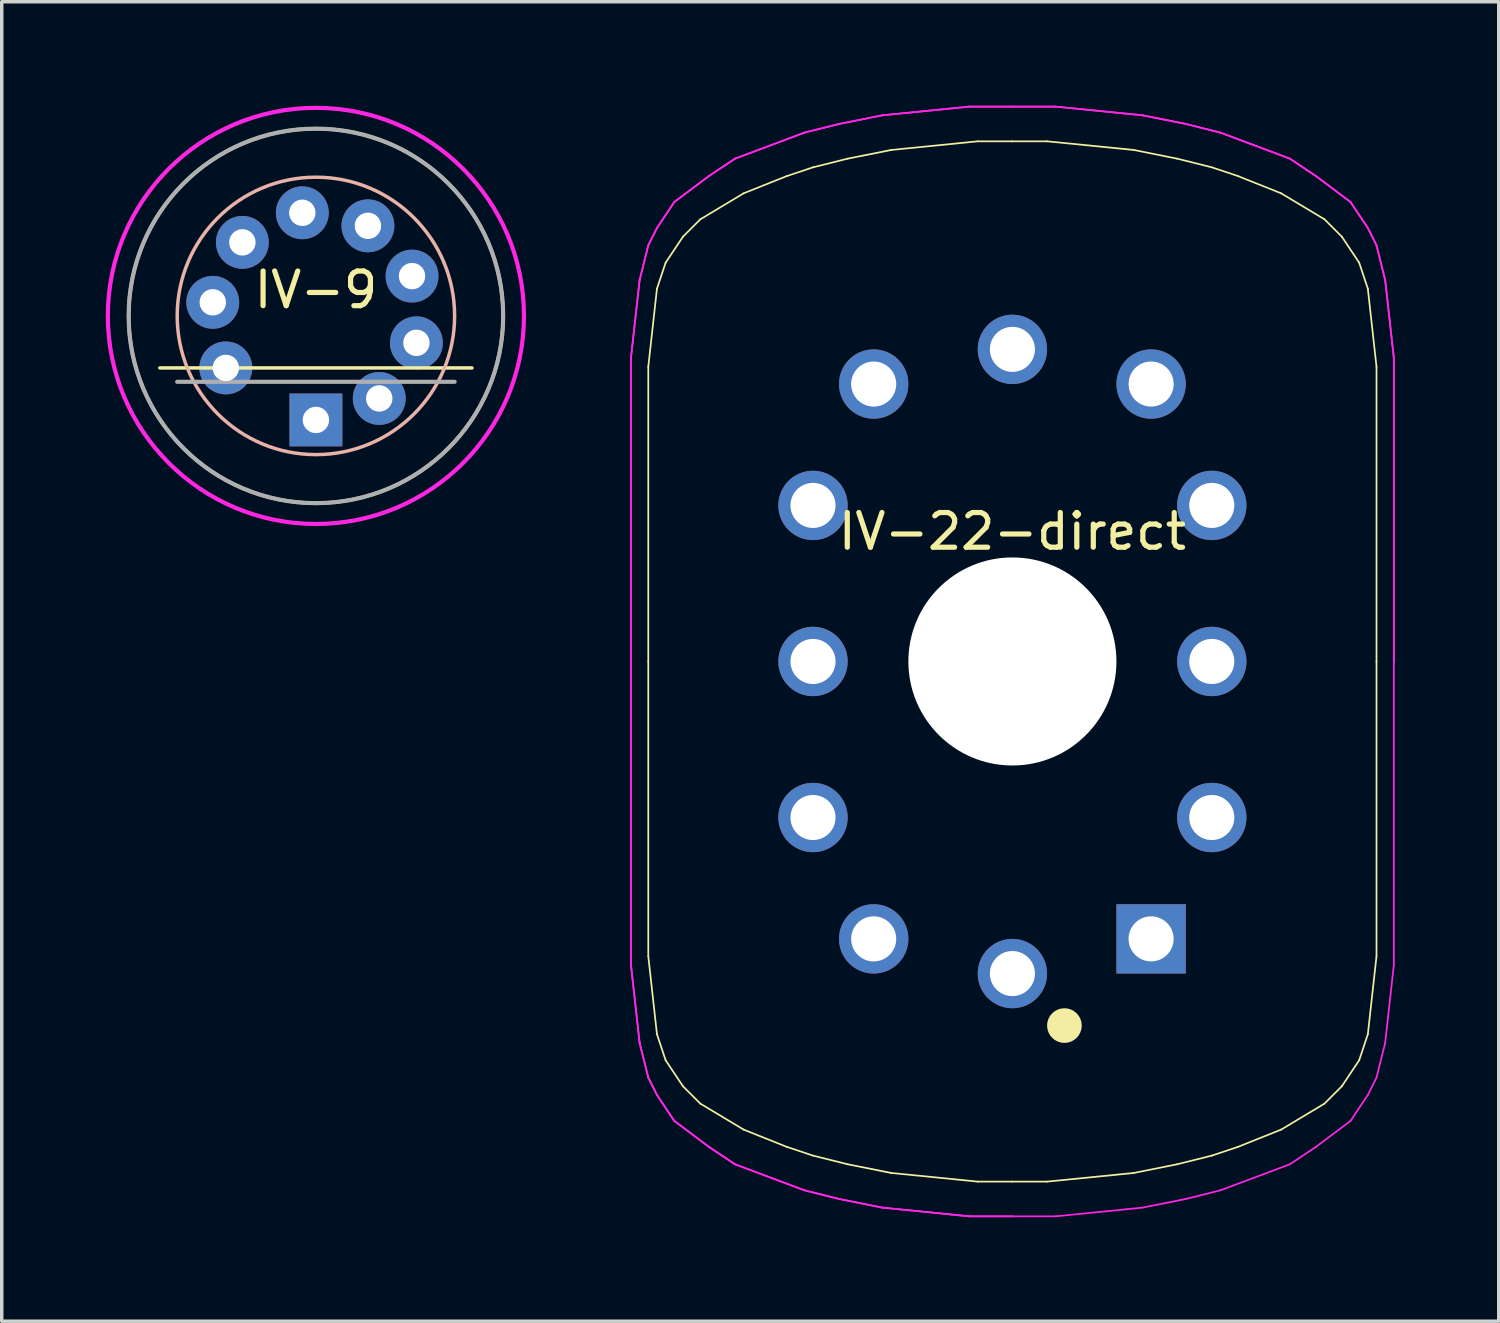
<source format=kicad_pcb>
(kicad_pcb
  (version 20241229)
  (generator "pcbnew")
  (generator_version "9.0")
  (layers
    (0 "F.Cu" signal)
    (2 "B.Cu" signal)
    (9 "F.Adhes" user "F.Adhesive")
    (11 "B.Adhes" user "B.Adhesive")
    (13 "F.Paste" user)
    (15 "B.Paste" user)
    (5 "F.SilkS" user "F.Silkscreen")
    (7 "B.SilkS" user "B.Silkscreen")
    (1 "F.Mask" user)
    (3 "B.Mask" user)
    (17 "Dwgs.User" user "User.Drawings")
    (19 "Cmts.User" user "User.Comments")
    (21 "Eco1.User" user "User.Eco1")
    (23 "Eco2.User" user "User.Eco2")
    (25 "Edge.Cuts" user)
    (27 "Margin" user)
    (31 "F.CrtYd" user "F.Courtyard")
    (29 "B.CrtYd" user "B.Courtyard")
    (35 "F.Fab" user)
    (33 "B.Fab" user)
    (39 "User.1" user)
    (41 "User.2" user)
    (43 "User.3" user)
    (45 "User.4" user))
  (footprint "IV-9"
    (layer "F.Cu")
    (at 6.06 6.06)
    (property "Reference" "IV-9" (at 0 -0.75 180) (layer "F.SilkS") (effects (font (size 1 1) (thickness 0.15))))
    (attr through_hole)
    (fp_line (start -4.5 1.5) (end 4.5 1.5) (stroke (width 0.1) (type solid)) (layer "F.SilkS"))
    (fp_circle (center 0 0) (end -5.4 0) (stroke (width 0.1) (type solid)) (fill no) (layer "F.SilkS"))
    (fp_circle (center 0 0) (end 0 4) (stroke (width 0.1) (type solid)) (fill no) (layer "B.SilkS"))
    (fp_circle (center 0 0) (end 0 6) (stroke (width 0.12) (type solid)) (fill no) (layer "F.CrtYd"))
    (fp_line (start 4 1.9) (end -4 1.9) (stroke (width 0.12) (type solid)) (layer "F.Fab"))
    (fp_circle (center 0 0) (end -5.4 0) (stroke (width 0.12) (type solid)) (fill no) (layer "F.Fab"))
    (pad "1" thru_hole rect (at 0 3 180) (size 1.524 1.524) (drill 0.762) (layers "*.Cu" "*.Mask"))
    (pad "2" thru_hole circle (at 1.826 2.38 180) (size 1.524 1.524) (drill 0.762) (layers "*.Cu" "*.Mask"))
    (pad "3" thru_hole circle (at 2.898 0.776 180) (size 1.524 1.524) (drill 0.762) (layers "*.Cu" "*.Mask"))
    (pad "4" thru_hole circle (at 2.772 -1.148 180) (size 1.524 1.524) (drill 0.762) (layers "*.Cu" "*.Mask"))
    (pad "5" thru_hole circle (at 1.5 -2.598 180) (size 1.524 1.524) (drill 0.762) (layers "*.Cu" "*.Mask"))
    (pad "6" thru_hole circle (at -0.392 -2.974 180) (size 1.524 1.524) (drill 0.762) (layers "*.Cu" "*.Mask"))
    (pad "7" thru_hole circle (at -2.121 -2.121 180) (size 1.524 1.524) (drill 0.762) (layers "*.Cu" "*.Mask"))
    (pad "8" thru_hole circle (at -2.974 -0.392 180) (size 1.524 1.524) (drill 0.762) (layers "*.Cu" "*.Mask"))
    (pad "9" thru_hole circle (at -2.598 1.5 180) (size 1.524 1.524) (drill 0.762) (layers "*.Cu" "*.Mask")))
  (footprint "IV-22-direct"
    (layer "F.Cu")
    (at 26.145 16.025)
    (property "Reference" "IV-22-direct" (at 0 -3.75 0) (layer "F.SilkS") (effects (font (size 1 1) (thickness 0.15))))
    (attr through_hole)
    (fp_line (start -10.5 -8.5) (end -10.5 0) (stroke (width 0.05) (type solid)) (layer "F.SilkS"))
    (fp_line (start -10.5 8.5) (end -10.5 0) (stroke (width 0.05) (type solid)) (layer "F.SilkS"))
    (fp_line (start -10.5 8.5) (end -10.25 10.75) (stroke (width 0.05) (type solid)) (layer "F.SilkS"))
    (fp_line (start -10.25 -10.75) (end -10.5 -8.5) (stroke (width 0.05) (type solid)) (layer "F.SilkS"))
    (fp_line (start -10.25 10.75) (end -10 11.5) (stroke (width 0.05) (type solid)) (layer "F.SilkS"))
    (fp_line (start -10 -11.5) (end -10.25 -10.75) (stroke (width 0.05) (type solid)) (layer "F.SilkS"))
    (fp_line (start -10 11.5) (end -9.5 12.25) (stroke (width 0.05) (type solid)) (layer "F.SilkS"))
    (fp_line (start -9.5 -12.25) (end -10 -11.5) (stroke (width 0.05) (type solid)) (layer "F.SilkS"))
    (fp_line (start -9.5 12.25) (end -9 12.75) (stroke (width 0.05) (type solid)) (layer "F.SilkS"))
    (fp_line (start -9 -12.75) (end -9.5 -12.25) (stroke (width 0.05) (type solid)) (layer "F.SilkS"))
    (fp_line (start -7.75 -13.5) (end -9 -12.75) (stroke (width 0.05) (type solid)) (layer "F.SilkS"))
    (fp_line (start -7.75 13.5) (end -9 12.75) (stroke (width 0.05) (type solid)) (layer "F.SilkS"))
    (fp_line (start -6.5 -14) (end -7.75 -13.5) (stroke (width 0.05) (type solid)) (layer "F.SilkS"))
    (fp_line (start -6.5 14) (end -7.75 13.5) (stroke (width 0.05) (type solid)) (layer "F.SilkS"))
    (fp_line (start -5.75 -14.25) (end -6.5 -14) (stroke (width 0.05) (type solid)) (layer "F.SilkS"))
    (fp_line (start -5.75 14.25) (end -6.5 14) (stroke (width 0.05) (type solid)) (layer "F.SilkS"))
    (fp_line (start -4.75 -14.5) (end -5.75 -14.25) (stroke (width 0.05) (type solid)) (layer "F.SilkS"))
    (fp_line (start -4.75 14.5) (end -5.75 14.25) (stroke (width 0.05) (type solid)) (layer "F.SilkS"))
    (fp_line (start -3.5 -14.75) (end -4.75 -14.5) (stroke (width 0.05) (type solid)) (layer "F.SilkS"))
    (fp_line (start -3.5 -14.75) (end -1 -15) (stroke (width 0.05) (type solid)) (layer "F.SilkS"))
    (fp_line (start -3.5 14.75) (end -4.75 14.5) (stroke (width 0.05) (type solid)) (layer "F.SilkS"))
    (fp_line (start -1 -15) (end 0 -15) (stroke (width 0.05) (type solid)) (layer "F.SilkS"))
    (fp_line (start -1 15) (end -3.5 14.75) (stroke (width 0.05) (type solid)) (layer "F.SilkS"))
    (fp_line (start 0 -15) (end 1 -15) (stroke (width 0.05) (type solid)) (layer "F.SilkS"))
    (fp_line (start 0 15) (end -1 15) (stroke (width 0.05) (type solid)) (layer "F.SilkS"))
    (fp_line (start 1 -15) (end 3.5 -14.75) (stroke (width 0.05) (type solid)) (layer "F.SilkS"))
    (fp_line (start 1 15) (end 0 15) (stroke (width 0.05) (type solid)) (layer "F.SilkS"))
    (fp_line (start 3.5 -14.75) (end 4.75 -14.5) (stroke (width 0.05) (type solid)) (layer "F.SilkS"))
    (fp_line (start 3.5 14.75) (end 1 15) (stroke (width 0.05) (type solid)) (layer "F.SilkS"))
    (fp_line (start 3.5 14.75) (end 4.75 14.5) (stroke (width 0.05) (type solid)) (layer "F.SilkS"))
    (fp_line (start 4.75 -14.5) (end 5.75 -14.25) (stroke (width 0.05) (type solid)) (layer "F.SilkS"))
    (fp_line (start 4.75 14.5) (end 5.75 14.25) (stroke (width 0.05) (type solid)) (layer "F.SilkS"))
    (fp_line (start 5.75 -14.25) (end 6.5 -14) (stroke (width 0.05) (type solid)) (layer "F.SilkS"))
    (fp_line (start 5.75 14.25) (end 6.5 14) (stroke (width 0.05) (type solid)) (layer "F.SilkS"))
    (fp_line (start 6.5 -14) (end 7.75 -13.5) (stroke (width 0.05) (type solid)) (layer "F.SilkS"))
    (fp_line (start 6.5 14) (end 7.75 13.5) (stroke (width 0.05) (type solid)) (layer "F.SilkS"))
    (fp_line (start 7.75 -13.5) (end 9 -12.75) (stroke (width 0.05) (type solid)) (layer "F.SilkS"))
    (fp_line (start 7.75 13.5) (end 9 12.75) (stroke (width 0.05) (type solid)) (layer "F.SilkS"))
    (fp_line (start 9 12.75) (end 9.5 12.25) (stroke (width 0.05) (type solid)) (layer "F.SilkS"))
    (fp_line (start 9.5 -12.25) (end 9 -12.75) (stroke (width 0.05) (type solid)) (layer "F.SilkS"))
    (fp_line (start 9.5 12.25) (end 10 11.5) (stroke (width 0.05) (type solid)) (layer "F.SilkS"))
    (fp_line (start 10 -11.5) (end 9.5 -12.25) (stroke (width 0.05) (type solid)) (layer "F.SilkS"))
    (fp_line (start 10 11.5) (end 10.25 10.75) (stroke (width 0.05) (type solid)) (layer "F.SilkS"))
    (fp_line (start 10.25 -10.75) (end 10 -11.5) (stroke (width 0.05) (type solid)) (layer "F.SilkS"))
    (fp_line (start 10.25 10.75) (end 10.5 8.5) (stroke (width 0.05) (type solid)) (layer "F.SilkS"))
    (fp_line (start 10.5 -8.5) (end 10.25 -10.75) (stroke (width 0.05) (type solid)) (layer "F.SilkS"))
    (fp_line (start 10.5 -8.5) (end 10.5 0) (stroke (width 0.05) (type solid)) (layer "F.SilkS"))
    (fp_line (start 10.5 8.5) (end 10.5 0) (stroke (width 0.05) (type solid)) (layer "F.SilkS"))
    (fp_circle (center 1.5 10.5) (end 1.25 10.5) (stroke (width 0.5) (type solid)) (fill no) (layer "F.SilkS"))
    (fp_line (start -11 -8.75) (end -10.75 -11) (stroke (width 0.05) (type solid)) (layer "F.CrtYd"))
    (fp_line (start -11 -8.75) (end -10.75 -11) (stroke (width 0.05) (type solid)) (layer "F.CrtYd"))
    (fp_line (start -11 -6.5) (end -11 -8.75) (stroke (width 0.05) (type solid)) (layer "F.CrtYd"))
    (fp_line (start -11 -6.5) (end -11 -8.75) (stroke (width 0.05) (type solid)) (layer "F.CrtYd"))
    (fp_line (start -11 -6.5) (end -11 0) (stroke (width 0.05) (type solid)) (layer "F.CrtYd"))
    (fp_line (start -11 -6.5) (end -11 0) (stroke (width 0.05) (type solid)) (layer "F.CrtYd"))
    (fp_line (start -11 6.5) (end -11 0) (stroke (width 0.05) (type solid)) (layer "F.CrtYd"))
    (fp_line (start -11 6.5) (end -11 0) (stroke (width 0.05) (type solid)) (layer "F.CrtYd"))
    (fp_line (start -11 6.5) (end -11 8.75) (stroke (width 0.05) (type solid)) (layer "F.CrtYd"))
    (fp_line (start -11 6.5) (end -11 8.75) (stroke (width 0.05) (type solid)) (layer "F.CrtYd"))
    (fp_line (start -11 8.75) (end -10.75 11) (stroke (width 0.05) (type solid)) (layer "F.CrtYd"))
    (fp_line (start -11 8.75) (end -10.75 11) (stroke (width 0.05) (type solid)) (layer "F.CrtYd"))
    (fp_line (start -10.75 -11) (end -10.5 -12) (stroke (width 0.05) (type solid)) (layer "F.CrtYd"))
    (fp_line (start -10.75 -11) (end -10.5 -12) (stroke (width 0.05) (type solid)) (layer "F.CrtYd"))
    (fp_line (start -10.75 11) (end -10.5 12) (stroke (width 0.05) (type solid)) (layer "F.CrtYd"))
    (fp_line (start -10.75 11) (end -10.5 12) (stroke (width 0.05) (type solid)) (layer "F.CrtYd"))
    (fp_line (start -10.5 -12) (end -10.25 -12.5) (stroke (width 0.05) (type solid)) (layer "F.CrtYd"))
    (fp_line (start -10.5 -12) (end -10.25 -12.5) (stroke (width 0.05) (type solid)) (layer "F.CrtYd"))
    (fp_line (start -10.5 12) (end -10.25 12.5) (stroke (width 0.05) (type solid)) (layer "F.CrtYd"))
    (fp_line (start -10.5 12) (end -10.25 12.5) (stroke (width 0.05) (type solid)) (layer "F.CrtYd"))
    (fp_line (start -9.75 -13.25) (end -10.25 -12.5) (stroke (width 0.05) (type solid)) (layer "F.CrtYd"))
    (fp_line (start -9.75 -13.25) (end -10.25 -12.5) (stroke (width 0.05) (type solid)) (layer "F.CrtYd"))
    (fp_line (start -9.75 13.25) (end -10.25 12.5) (stroke (width 0.05) (type solid)) (layer "F.CrtYd"))
    (fp_line (start -9.75 13.25) (end -10.25 12.5) (stroke (width 0.05) (type solid)) (layer "F.CrtYd"))
    (fp_line (start -8.75 -14) (end -9.75 -13.25) (stroke (width 0.05) (type solid)) (layer "F.CrtYd"))
    (fp_line (start -8.75 -14) (end -9.75 -13.25) (stroke (width 0.05) (type solid)) (layer "F.CrtYd"))
    (fp_line (start -8.75 14) (end -9.75 13.25) (stroke (width 0.05) (type solid)) (layer "F.CrtYd"))
    (fp_line (start -8.75 14) (end -9.75 13.25) (stroke (width 0.05) (type solid)) (layer "F.CrtYd"))
    (fp_line (start -8 -14.5) (end -8.75 -14) (stroke (width 0.05) (type solid)) (layer "F.CrtYd"))
    (fp_line (start -8 -14.5) (end -8.75 -14) (stroke (width 0.05) (type solid)) (layer "F.CrtYd"))
    (fp_line (start -8 14.5) (end -8.75 14) (stroke (width 0.05) (type solid)) (layer "F.CrtYd"))
    (fp_line (start -8 14.5) (end -8.75 14) (stroke (width 0.05) (type solid)) (layer "F.CrtYd"))
    (fp_line (start -6 -15.25) (end -8 -14.5) (stroke (width 0.05) (type solid)) (layer "F.CrtYd"))
    (fp_line (start -6 -15.25) (end -8 -14.5) (stroke (width 0.05) (type solid)) (layer "F.CrtYd"))
    (fp_line (start -6 15.25) (end -8 14.5) (stroke (width 0.05) (type solid)) (layer "F.CrtYd"))
    (fp_line (start -6 15.25) (end -8 14.5) (stroke (width 0.05) (type solid)) (layer "F.CrtYd"))
    (fp_line (start -5 -15.5) (end -6 -15.25) (stroke (width 0.05) (type solid)) (layer "F.CrtYd"))
    (fp_line (start -5 -15.5) (end -6 -15.25) (stroke (width 0.05) (type solid)) (layer "F.CrtYd"))
    (fp_line (start -5 15.5) (end -6 15.25) (stroke (width 0.05) (type solid)) (layer "F.CrtYd"))
    (fp_line (start -5 15.5) (end -6 15.25) (stroke (width 0.05) (type solid)) (layer "F.CrtYd"))
    (fp_line (start -3.75 -15.75) (end -5 -15.5) (stroke (width 0.05) (type solid)) (layer "F.CrtYd"))
    (fp_line (start -3.75 -15.75) (end -5 -15.5) (stroke (width 0.05) (type solid)) (layer "F.CrtYd"))
    (fp_line (start -3.75 15.75) (end -5 15.5) (stroke (width 0.05) (type solid)) (layer "F.CrtYd"))
    (fp_line (start -3.75 15.75) (end -5 15.5) (stroke (width 0.05) (type solid)) (layer "F.CrtYd"))
    (fp_line (start -1.25 -16) (end -3.75 -15.75) (stroke (width 0.05) (type solid)) (layer "F.CrtYd"))
    (fp_line (start -1.25 -16) (end -3.75 -15.75) (stroke (width 0.05) (type solid)) (layer "F.CrtYd"))
    (fp_line (start -1.25 16) (end -3.75 15.75) (stroke (width 0.05) (type solid)) (layer "F.CrtYd"))
    (fp_line (start -1.25 16) (end -3.75 15.75) (stroke (width 0.05) (type solid)) (layer "F.CrtYd"))
    (fp_line (start 0 -16) (end -1.25 -16) (stroke (width 0.05) (type solid)) (layer "F.CrtYd"))
    (fp_line (start 0 -16) (end -1.25 -16) (stroke (width 0.05) (type solid)) (layer "F.CrtYd"))
    (fp_line (start 0 -16) (end 1.25 -16) (stroke (width 0.05) (type solid)) (layer "F.CrtYd"))
    (fp_line (start 0 -16) (end 1.25 -16) (stroke (width 0.05) (type solid)) (layer "F.CrtYd"))
    (fp_line (start 0 16) (end -1.25 16) (stroke (width 0.05) (type solid)) (layer "F.CrtYd"))
    (fp_line (start 0 16) (end -1.25 16) (stroke (width 0.05) (type solid)) (layer "F.CrtYd"))
    (fp_line (start 0 16) (end 1.25 16) (stroke (width 0.05) (type solid)) (layer "F.CrtYd"))
    (fp_line (start 1.25 -16) (end 3.75 -15.75) (stroke (width 0.05) (type solid)) (layer "F.CrtYd"))
    (fp_line (start 1.25 -16) (end 3.75 -15.75) (stroke (width 0.05) (type solid)) (layer "F.CrtYd"))
    (fp_line (start 1.25 16) (end 3.75 15.75) (stroke (width 0.05) (type solid)) (layer "F.CrtYd"))
    (fp_line (start 3.75 -15.75) (end 5 -15.5) (stroke (width 0.05) (type solid)) (layer "F.CrtYd"))
    (fp_line (start 3.75 -15.75) (end 5 -15.5) (stroke (width 0.05) (type solid)) (layer "F.CrtYd"))
    (fp_line (start 3.75 15.75) (end 5 15.5) (stroke (width 0.05) (type solid)) (layer "F.CrtYd"))
    (fp_line (start 5 -15.5) (end 6 -15.25) (stroke (width 0.05) (type solid)) (layer "F.CrtYd"))
    (fp_line (start 5 -15.5) (end 6 -15.25) (stroke (width 0.05) (type solid)) (layer "F.CrtYd"))
    (fp_line (start 5 15.5) (end 6 15.25) (stroke (width 0.05) (type solid)) (layer "F.CrtYd"))
    (fp_line (start 6 -15.25) (end 8 -14.5) (stroke (width 0.05) (type solid)) (layer "F.CrtYd"))
    (fp_line (start 6 -15.25) (end 8 -14.5) (stroke (width 0.05) (type solid)) (layer "F.CrtYd"))
    (fp_line (start 6 15.25) (end 8 14.5) (stroke (width 0.05) (type solid)) (layer "F.CrtYd"))
    (fp_line (start 8 -14.5) (end 8.75 -14) (stroke (width 0.05) (type solid)) (layer "F.CrtYd"))
    (fp_line (start 8 -14.5) (end 8.75 -14) (stroke (width 0.05) (type solid)) (layer "F.CrtYd"))
    (fp_line (start 8 14.5) (end 8.75 14) (stroke (width 0.05) (type solid)) (layer "F.CrtYd"))
    (fp_line (start 8.75 -14) (end 9.75 -13.25) (stroke (width 0.05) (type solid)) (layer "F.CrtYd"))
    (fp_line (start 8.75 -14) (end 9.75 -13.25) (stroke (width 0.05) (type solid)) (layer "F.CrtYd"))
    (fp_line (start 8.75 14) (end 9.75 13.25) (stroke (width 0.05) (type solid)) (layer "F.CrtYd"))
    (fp_line (start 9.75 -13.25) (end 10.25 -12.5) (stroke (width 0.05) (type solid)) (layer "F.CrtYd"))
    (fp_line (start 9.75 -13.25) (end 10.25 -12.5) (stroke (width 0.05) (type solid)) (layer "F.CrtYd"))
    (fp_line (start 9.75 13.25) (end 10.25 12.5) (stroke (width 0.05) (type solid)) (layer "F.CrtYd"))
    (fp_line (start 10.5 -12) (end 10.25 -12.5) (stroke (width 0.05) (type solid)) (layer "F.CrtYd"))
    (fp_line (start 10.5 -12) (end 10.25 -12.5) (stroke (width 0.05) (type solid)) (layer "F.CrtYd"))
    (fp_line (start 10.5 12) (end 10.25 12.5) (stroke (width 0.05) (type solid)) (layer "F.CrtYd"))
    (fp_line (start 10.75 -11) (end 10.5 -12) (stroke (width 0.05) (type solid)) (layer "F.CrtYd"))
    (fp_line (start 10.75 -11) (end 10.5 -12) (stroke (width 0.05) (type solid)) (layer "F.CrtYd"))
    (fp_line (start 10.75 11) (end 10.5 12) (stroke (width 0.05) (type solid)) (layer "F.CrtYd"))
    (fp_line (start 11 -8.75) (end 10.75 -11) (stroke (width 0.05) (type solid)) (layer "F.CrtYd"))
    (fp_line (start 11 -8.75) (end 10.75 -11) (stroke (width 0.05) (type solid)) (layer "F.CrtYd"))
    (fp_line (start 11 -6.5) (end 11 -8.75) (stroke (width 0.05) (type solid)) (layer "F.CrtYd"))
    (fp_line (start 11 -6.5) (end 11 -8.75) (stroke (width 0.05) (type solid)) (layer "F.CrtYd"))
    (fp_line (start 11 -6.5) (end 11 0) (stroke (width 0.05) (type solid)) (layer "F.CrtYd"))
    (fp_line (start 11 -6.5) (end 11 0) (stroke (width 0.05) (type solid)) (layer "F.CrtYd"))
    (fp_line (start 11 6.5) (end 11 0) (stroke (width 0.05) (type solid)) (layer "F.CrtYd"))
    (fp_line (start 11 6.5) (end 11 8.75) (stroke (width 0.05) (type solid)) (layer "F.CrtYd"))
    (fp_line (start 11 8.75) (end 10.75 11) (stroke (width 0.05) (type solid)) (layer "F.CrtYd"))
    (pad "" np_thru_hole circle (at 0 0) (size 6 6) (drill 6) (layers "*.Cu" "*.Mask"))
    (pad "1" thru_hole rect (at 4 8) (size 2 2) (drill 1.3) (layers "*.Cu" "*.Mask"))
    (pad "2" thru_hole circle (at 5.75 4.5) (size 2 2) (drill 1.3) (layers "*.Cu" "*.Mask"))
    (pad "3" thru_hole circle (at 5.75 0) (size 2 2) (drill 1.3) (layers "*.Cu" "*.Mask"))
    (pad "4" thru_hole circle (at 5.75 -4.5) (size 2 2) (drill 1.3) (layers "*.Cu" "*.Mask"))
    (pad "5" thru_hole circle (at 4 -8) (size 2 2) (drill 1.3) (layers "*.Cu" "*.Mask"))
    (pad "6" thru_hole circle (at 0 -9) (size 2 2) (drill 1.3) (layers "*.Cu" "*.Mask"))
    (pad "7" thru_hole circle (at -4 -8) (size 2 2) (drill 1.3) (layers "*.Cu" "*.Mask"))
    (pad "8" thru_hole circle (at -5.75 -4.5) (size 2 2) (drill 1.3) (layers "*.Cu" "*.Mask"))
    (pad "9" thru_hole circle (at -5.75 0) (size 2 2) (drill 1.3) (layers "*.Cu" "*.Mask"))
    (pad "10" thru_hole circle (at -5.75 4.5) (size 2 2) (drill 1.3) (layers "*.Cu" "*.Mask"))
    (pad "11" thru_hole circle (at -4 8) (size 2 2) (drill 1.3) (layers "*.Cu" "*.Mask"))
    (pad "12" thru_hole circle (at 0 9) (size 2 2) (drill 1.3) (layers "*.Cu" "*.Mask")))
  (gr_rect
    (start -3 -3)
    (end 40.17 35.05)
    (stroke (width 0.1) (type default))
    (fill no)
    (layer "Edge.Cuts")))
</source>
